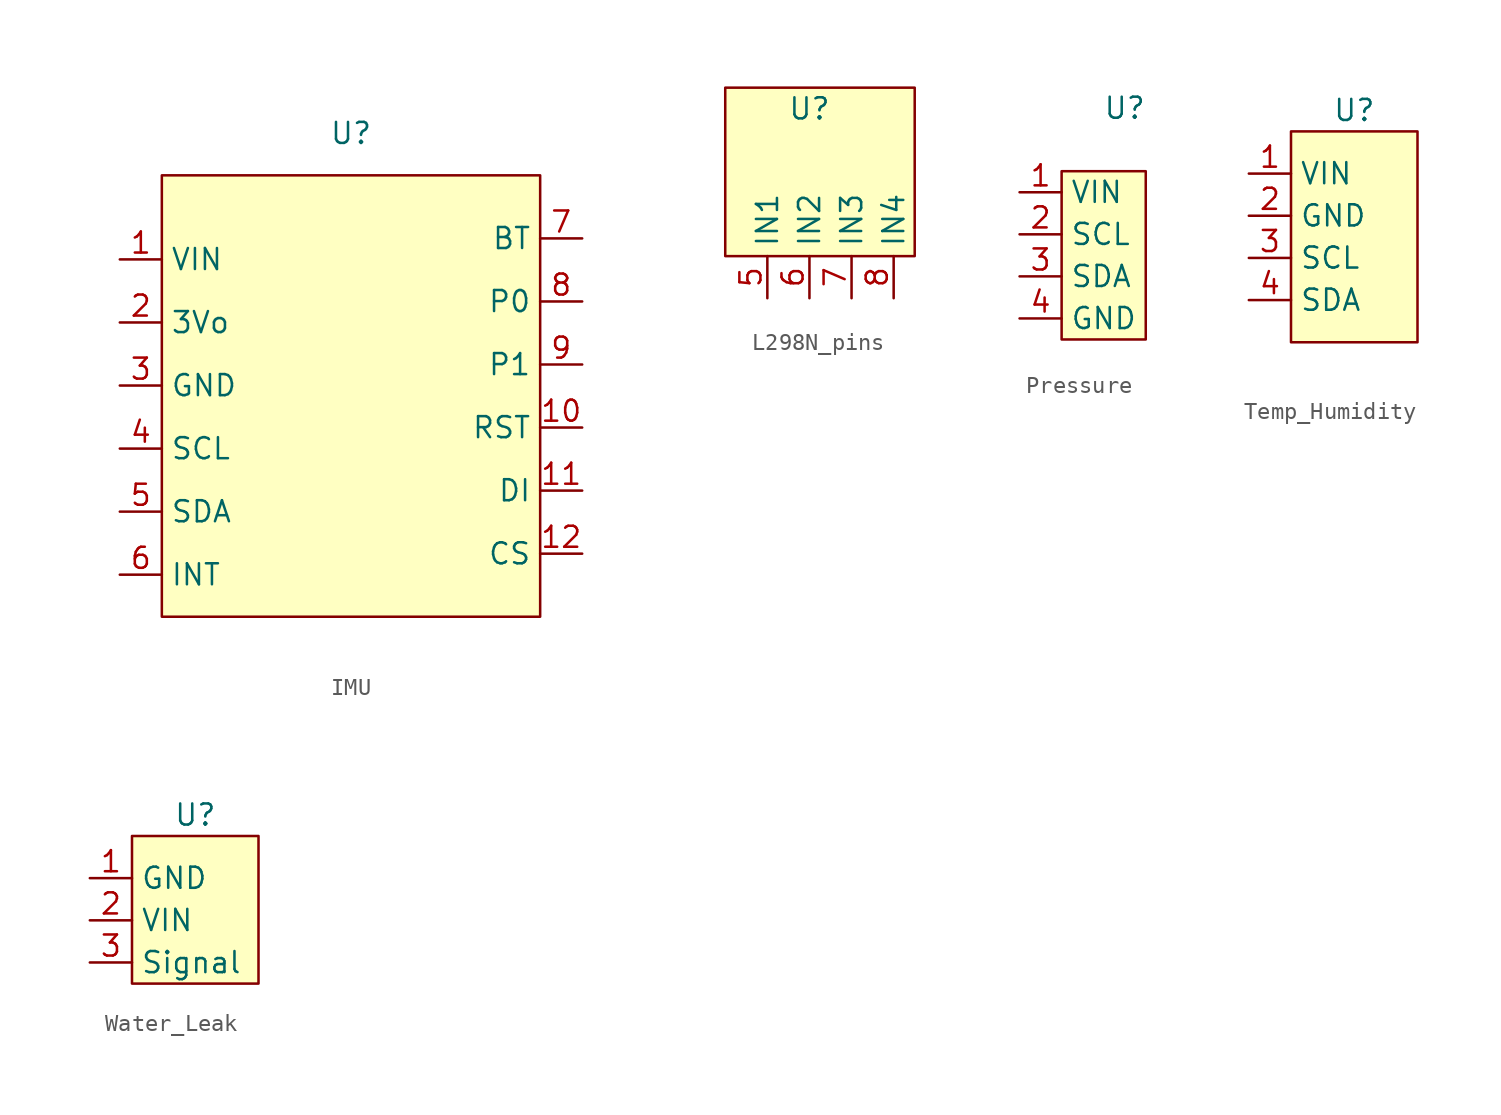
<source format=kicad_sym>
(kicad_symbol_lib
  (version 20220914)
  (generator kicad_symbol_editor)
  (symbol "IMU"
    (property "Reference" "U"
      (at 11.43 29.21 0)
      (effects (font (size 1.27 1.27))))
    (property "Value" ""
      (at 0 0 0)
      (effects (font (size 1.27 1.27))))
    (symbol "IMU_1_1"
      (rectangle (start 0 26.67) (end 22.86 0) (stroke (width 0) (type default)) (fill (type background)))
      (pin input line (at -2.54 21.59 0) (length 2.54) (name "VIN" (effects (font (size 1.27 1.27)))) (number "1" (effects (font (size 1.27 1.27)))))
      (pin bidirectional line (at 25.4 11.43 180) (length 2.54) (name "RST" (effects (font (size 1.27 1.27)))) (number "10" (effects (font (size 1.27 1.27)))))
      (pin bidirectional line (at 25.4 7.62 180) (length 2.54) (name "DI" (effects (font (size 1.27 1.27)))) (number "11" (effects (font (size 1.27 1.27)))))
      (pin bidirectional line (at 25.4 3.81 180) (length 2.54) (name "CS" (effects (font (size 1.27 1.27)))) (number "12" (effects (font (size 1.27 1.27)))))
      (pin input line (at -2.54 17.78 0) (length 2.54) (name "3Vo" (effects (font (size 1.27 1.27)))) (number "2" (effects (font (size 1.27 1.27)))))
      (pin output line (at -2.54 13.97 0) (length 2.54) (name "GND" (effects (font (size 1.27 1.27)))) (number "3" (effects (font (size 1.27 1.27)))))
      (pin bidirectional line (at -2.54 10.16 0) (length 2.54) (name "SCL" (effects (font (size 1.27 1.27)))) (number "4" (effects (font (size 1.27 1.27)))))
      (pin bidirectional line (at -2.54 6.35 0) (length 2.54) (name "SDA" (effects (font (size 1.27 1.27)))) (number "5" (effects (font (size 1.27 1.27)))))
      (pin bidirectional line (at -2.54 2.54 0) (length 2.54) (name "INT" (effects (font (size 1.27 1.27)))) (number "6" (effects (font (size 1.27 1.27)))))
      (pin bidirectional line (at 25.4 22.86 180) (length 2.54) (name "BT" (effects (font (size 1.27 1.27)))) (number "7" (effects (font (size 1.27 1.27)))))
      (pin bidirectional line (at 25.4 19.05 180) (length 2.54) (name "P0" (effects (font (size 1.27 1.27)))) (number "8" (effects (font (size 1.27 1.27)))))
      (pin bidirectional line (at 25.4 15.24 180) (length 2.54) (name "P1" (effects (font (size 1.27 1.27)))) (number "9" (effects (font (size 1.27 1.27)))))))
  (symbol "L298N_pins"
    (property "Reference" "U"
      (at 5.08 8.89 0)
      (effects (font (size 1.27 1.27))))
    (property "Value" ""
      (at 0 0 0)
      (effects (font (size 1.27 1.27))))
    (symbol "L298N_pins_1_1"
      (rectangle (start 0 10.16) (end 11.43 0) (stroke (width 0) (type default)) (fill (type background)))
      (pin bidirectional line (at 2.54 -2.54 90) (length 2.54) (name "IN1" (effects (font (size 1.27 1.27)))) (number "5" (effects (font (size 1.27 1.27)))))
      (pin bidirectional line (at 5.08 -2.54 90) (length 2.54) (name "IN2" (effects (font (size 1.27 1.27)))) (number "6" (effects (font (size 1.27 1.27)))))
      (pin bidirectional line (at 7.62 -2.54 90) (length 2.54) (name "IN3" (effects (font (size 1.27 1.27)))) (number "7" (effects (font (size 1.27 1.27)))))
      (pin bidirectional line (at 10.16 -2.54 90) (length 2.54) (name "IN4" (effects (font (size 1.27 1.27)))) (number "8" (effects (font (size 1.27 1.27)))))))
  (symbol "Pressure"
    (property "Reference" "U"
      (at 3.81 13.97 0)
      (effects (font (size 1.27 1.27))))
    (property "Value" ""
      (at 0 0 0)
      (effects (font (size 1.27 1.27))))
    (symbol "Pressure_1_1"
      (rectangle (start 0 10.16) (end 5.08 0) (stroke (width 0) (type default)) (fill (type background)))
      (pin input line (at -2.54 8.89 0) (length 2.54) (name "VIN" (effects (font (size 1.27 1.27)))) (number "1" (effects (font (size 1.27 1.27)))))
      (pin bidirectional line (at -2.54 6.35 0) (length 2.54) (name "SCL" (effects (font (size 1.27 1.27)))) (number "2" (effects (font (size 1.27 1.27)))))
      (pin bidirectional line (at -2.54 3.81 0) (length 2.54) (name "SDA" (effects (font (size 1.27 1.27)))) (number "3" (effects (font (size 1.27 1.27)))))
      (pin output line (at -2.54 1.27 0) (length 2.54) (name "GND" (effects (font (size 1.27 1.27)))) (number "4" (effects (font (size 1.27 1.27)))))))
  (symbol "Temp_Humidity"
    (property "Reference" "U"
      (at 3.81 13.97 0)
      (effects (font (size 1.27 1.27))))
    (property "Value" ""
      (at 0 -1.27 0)
      (effects (font (size 1.27 1.27))))
    (symbol "Temp_Humidity_1_1"
      (rectangle (start 0 12.7) (end 7.62 0) (stroke (width 0) (type default)) (fill (type background)))
      (pin input line (at -2.54 10.16 0) (length 2.54) (name "VIN" (effects (font (size 1.27 1.27)))) (number "1" (effects (font (size 1.27 1.27)))))
      (pin output line (at -2.54 7.62 0) (length 2.54) (name "GND" (effects (font (size 1.27 1.27)))) (number "2" (effects (font (size 1.27 1.27)))))
      (pin bidirectional line (at -2.54 5.08 0) (length 2.54) (name "SCL" (effects (font (size 1.27 1.27)))) (number "3" (effects (font (size 1.27 1.27)))))
      (pin bidirectional line (at -2.54 2.54 0) (length 2.54) (name "SDA" (effects (font (size 1.27 1.27)))) (number "4" (effects (font (size 1.27 1.27)))))))
  (symbol "Water_Leak"
    (property "Reference" "U"
      (at 3.81 10.16 0)
      (effects (font (size 1.27 1.27))))
    (property "Value" ""
      (at 0 0 0)
      (effects (font (size 1.27 1.27))))
    (symbol "Water_Leak_1_1"
      (rectangle (start 0 8.89) (end 7.62 0) (stroke (width 0) (type default)) (fill (type background)))
      (pin output line (at -2.54 6.35 0) (length 2.54) (name "GND" (effects (font (size 1.27 1.27)))) (number "1" (effects (font (size 1.27 1.27)))))
      (pin input line (at -2.54 3.81 0) (length 2.54) (name "VIN" (effects (font (size 1.27 1.27)))) (number "2" (effects (font (size 1.27 1.27)))))
      (pin bidirectional line (at -2.54 1.27 0) (length 2.54) (name "Signal" (effects (font (size 1.27 1.27)))) (number "3" (effects (font (size 1.27 1.27))))))))
</source>
